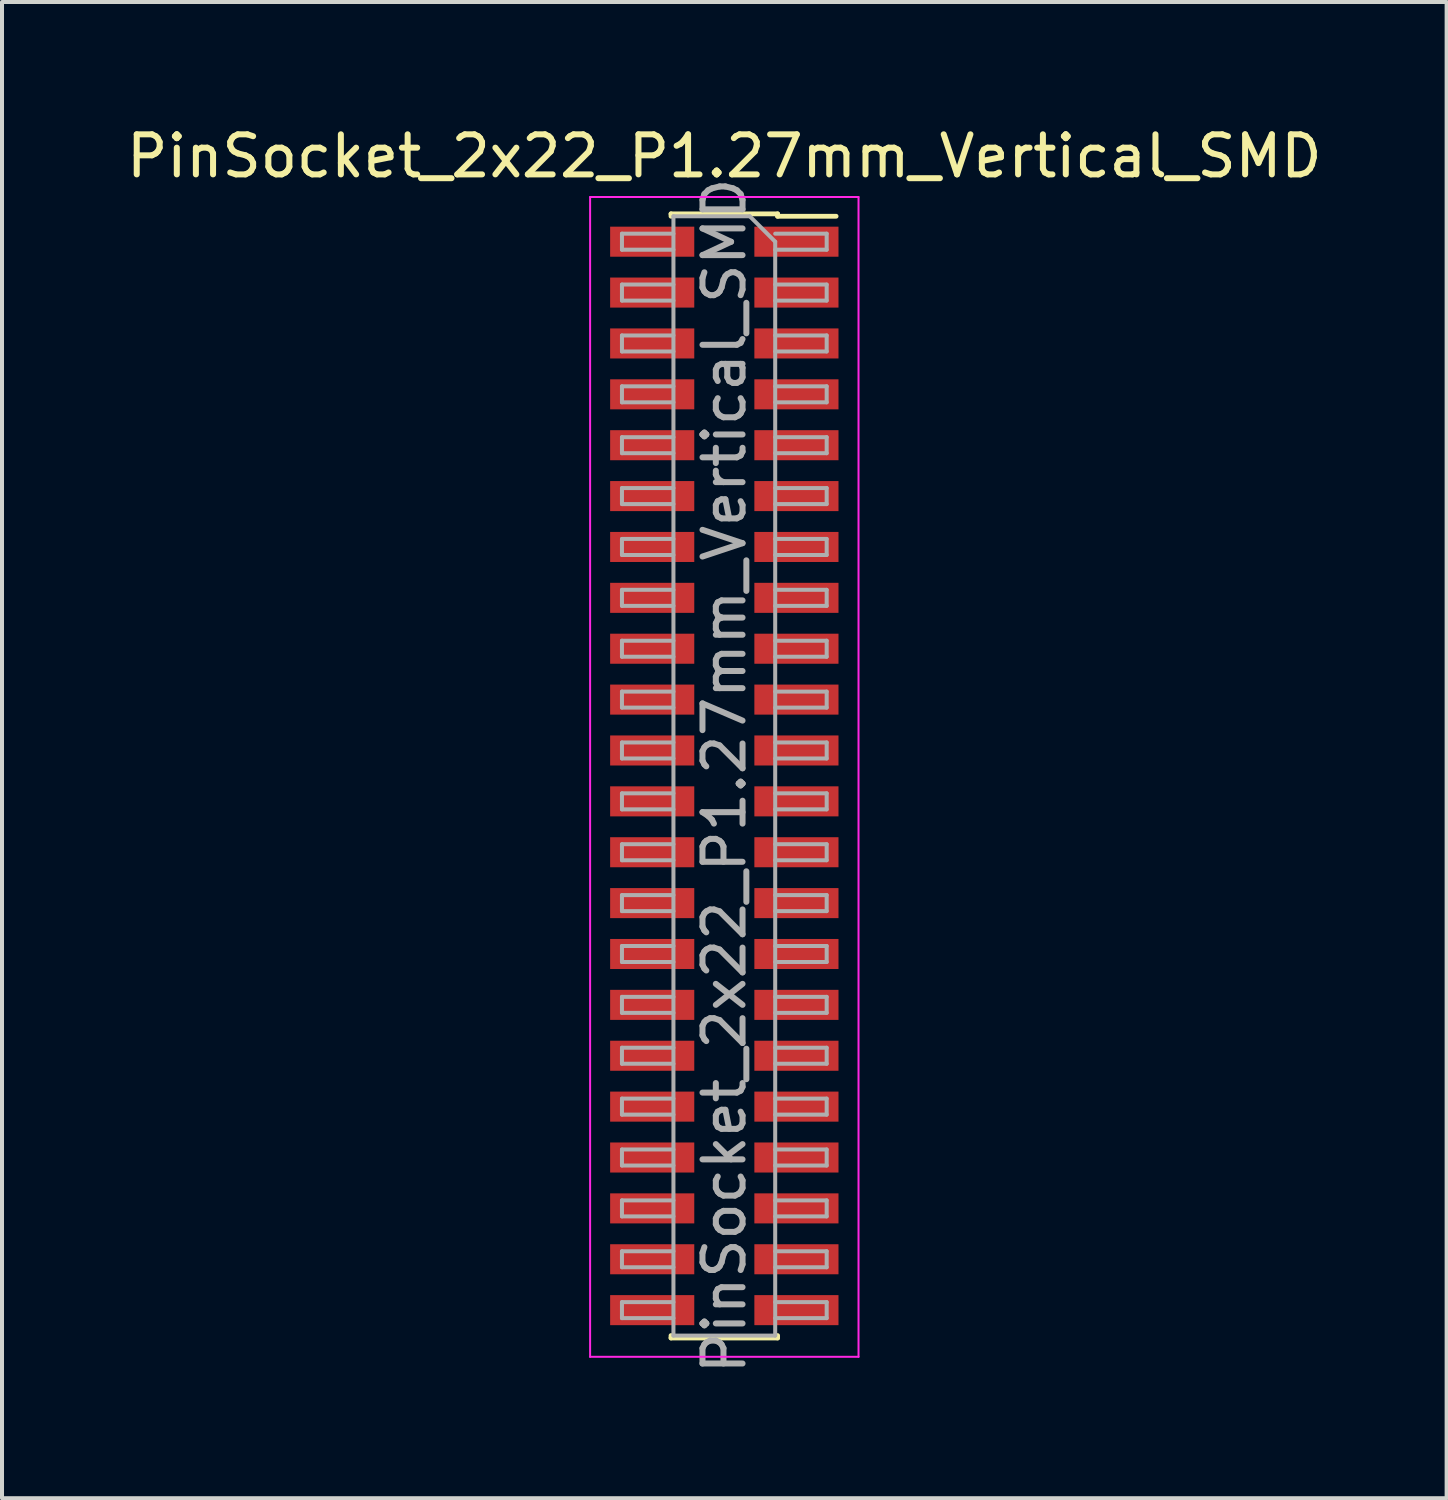
<source format=kicad_pcb>
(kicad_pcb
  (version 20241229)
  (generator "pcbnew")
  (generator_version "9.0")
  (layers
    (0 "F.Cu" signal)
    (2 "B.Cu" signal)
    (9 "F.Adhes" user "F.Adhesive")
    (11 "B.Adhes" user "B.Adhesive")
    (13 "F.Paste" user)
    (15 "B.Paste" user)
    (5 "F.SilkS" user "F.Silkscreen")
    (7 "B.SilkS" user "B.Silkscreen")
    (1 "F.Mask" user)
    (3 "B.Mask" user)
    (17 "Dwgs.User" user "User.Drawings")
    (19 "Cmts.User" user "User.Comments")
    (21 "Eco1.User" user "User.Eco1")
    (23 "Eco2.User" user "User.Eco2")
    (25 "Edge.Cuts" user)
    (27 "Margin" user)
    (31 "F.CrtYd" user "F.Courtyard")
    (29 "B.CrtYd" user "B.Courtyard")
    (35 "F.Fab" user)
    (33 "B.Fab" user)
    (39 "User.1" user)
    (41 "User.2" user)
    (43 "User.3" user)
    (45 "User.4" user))
  (footprint "PinSocket_2x22_P1.27mm_Vertical_SMD"
    (layer "F.Cu")
    (at 15.03 16.318)
    (property "Reference" "PinSocket_2x22_P1.27mm_Vertical_SMD" (at 0 -15.47 0) (layer "F.SilkS") (effects (font (size 1 1) (thickness 0.15))))
    (attr smd)
    (fp_line (start -1.33 -14.03) (end -1.33 -13.97) (stroke (width 0.12) (type solid)) (layer "F.SilkS"))
    (fp_line (start -1.33 -14.03) (end 1.33 -14.03) (stroke (width 0.12) (type solid)) (layer "F.SilkS"))
    (fp_line (start -1.33 13.97) (end -1.33 14.03) (stroke (width 0.12) (type solid)) (layer "F.SilkS"))
    (fp_line (start -1.33 14.03) (end 1.33 14.03) (stroke (width 0.12) (type solid)) (layer "F.SilkS"))
    (fp_line (start 1.33 -14.03) (end 1.33 -13.97) (stroke (width 0.12) (type solid)) (layer "F.SilkS"))
    (fp_line (start 1.33 -13.97) (end 2.79 -13.97) (stroke (width 0.12) (type solid)) (layer "F.SilkS"))
    (fp_line (start 1.33 13.97) (end 1.33 14.03) (stroke (width 0.12) (type solid)) (layer "F.SilkS"))
    (fp_line (start -3.35 -14.45) (end 3.35 -14.45) (stroke (width 0.05) (type solid)) (layer "F.CrtYd"))
    (fp_line (start -3.35 14.5) (end -3.35 -14.45) (stroke (width 0.05) (type solid)) (layer "F.CrtYd"))
    (fp_line (start 3.35 -14.45) (end 3.35 14.5) (stroke (width 0.05) (type solid)) (layer "F.CrtYd"))
    (fp_line (start 3.35 14.5) (end -3.35 14.5) (stroke (width 0.05) (type solid)) (layer "F.CrtYd"))
    (fp_line (start -2.555 -13.535) (end -1.27 -13.535) (stroke (width 0.1) (type solid)) (layer "F.Fab"))
    (fp_line (start -2.555 -13.135) (end -2.555 -13.535) (stroke (width 0.1) (type solid)) (layer "F.Fab"))
    (fp_line (start -2.555 -12.265) (end -1.27 -12.265) (stroke (width 0.1) (type solid)) (layer "F.Fab"))
    (fp_line (start -2.555 -11.865) (end -2.555 -12.265) (stroke (width 0.1) (type solid)) (layer "F.Fab"))
    (fp_line (start -2.555 -10.995) (end -1.27 -10.995) (stroke (width 0.1) (type solid)) (layer "F.Fab"))
    (fp_line (start -2.555 -10.595) (end -2.555 -10.995) (stroke (width 0.1) (type solid)) (layer "F.Fab"))
    (fp_line (start -2.555 -9.725) (end -1.27 -9.725) (stroke (width 0.1) (type solid)) (layer "F.Fab"))
    (fp_line (start -2.555 -9.325) (end -2.555 -9.725) (stroke (width 0.1) (type solid)) (layer "F.Fab"))
    (fp_line (start -2.555 -8.455) (end -1.27 -8.455) (stroke (width 0.1) (type solid)) (layer "F.Fab"))
    (fp_line (start -2.555 -8.055) (end -2.555 -8.455) (stroke (width 0.1) (type solid)) (layer "F.Fab"))
    (fp_line (start -2.555 -7.185) (end -1.27 -7.185) (stroke (width 0.1) (type solid)) (layer "F.Fab"))
    (fp_line (start -2.555 -6.785) (end -2.555 -7.185) (stroke (width 0.1) (type solid)) (layer "F.Fab"))
    (fp_line (start -2.555 -5.915) (end -1.27 -5.915) (stroke (width 0.1) (type solid)) (layer "F.Fab"))
    (fp_line (start -2.555 -5.515) (end -2.555 -5.915) (stroke (width 0.1) (type solid)) (layer "F.Fab"))
    (fp_line (start -2.555 -4.645) (end -1.27 -4.645) (stroke (width 0.1) (type solid)) (layer "F.Fab"))
    (fp_line (start -2.555 -4.245) (end -2.555 -4.645) (stroke (width 0.1) (type solid)) (layer "F.Fab"))
    (fp_line (start -2.555 -3.375) (end -1.27 -3.375) (stroke (width 0.1) (type solid)) (layer "F.Fab"))
    (fp_line (start -2.555 -2.975) (end -2.555 -3.375) (stroke (width 0.1) (type solid)) (layer "F.Fab"))
    (fp_line (start -2.555 -2.105) (end -1.27 -2.105) (stroke (width 0.1) (type solid)) (layer "F.Fab"))
    (fp_line (start -2.555 -1.705) (end -2.555 -2.105) (stroke (width 0.1) (type solid)) (layer "F.Fab"))
    (fp_line (start -2.555 -0.835) (end -1.27 -0.835) (stroke (width 0.1) (type solid)) (layer "F.Fab"))
    (fp_line (start -2.555 -0.435) (end -2.555 -0.835) (stroke (width 0.1) (type solid)) (layer "F.Fab"))
    (fp_line (start -2.555 0.435) (end -1.27 0.435) (stroke (width 0.1) (type solid)) (layer "F.Fab"))
    (fp_line (start -2.555 0.835) (end -2.555 0.435) (stroke (width 0.1) (type solid)) (layer "F.Fab"))
    (fp_line (start -2.555 1.705) (end -1.27 1.705) (stroke (width 0.1) (type solid)) (layer "F.Fab"))
    (fp_line (start -2.555 2.105) (end -2.555 1.705) (stroke (width 0.1) (type solid)) (layer "F.Fab"))
    (fp_line (start -2.555 2.975) (end -1.27 2.975) (stroke (width 0.1) (type solid)) (layer "F.Fab"))
    (fp_line (start -2.555 3.375) (end -2.555 2.975) (stroke (width 0.1) (type solid)) (layer "F.Fab"))
    (fp_line (start -2.555 4.245) (end -1.27 4.245) (stroke (width 0.1) (type solid)) (layer "F.Fab"))
    (fp_line (start -2.555 4.645) (end -2.555 4.245) (stroke (width 0.1) (type solid)) (layer "F.Fab"))
    (fp_line (start -2.555 5.515) (end -1.27 5.515) (stroke (width 0.1) (type solid)) (layer "F.Fab"))
    (fp_line (start -2.555 5.915) (end -2.555 5.515) (stroke (width 0.1) (type solid)) (layer "F.Fab"))
    (fp_line (start -2.555 6.785) (end -1.27 6.785) (stroke (width 0.1) (type solid)) (layer "F.Fab"))
    (fp_line (start -2.555 7.185) (end -2.555 6.785) (stroke (width 0.1) (type solid)) (layer "F.Fab"))
    (fp_line (start -2.555 8.055) (end -1.27 8.055) (stroke (width 0.1) (type solid)) (layer "F.Fab"))
    (fp_line (start -2.555 8.455) (end -2.555 8.055) (stroke (width 0.1) (type solid)) (layer "F.Fab"))
    (fp_line (start -2.555 9.325) (end -1.27 9.325) (stroke (width 0.1) (type solid)) (layer "F.Fab"))
    (fp_line (start -2.555 9.725) (end -2.555 9.325) (stroke (width 0.1) (type solid)) (layer "F.Fab"))
    (fp_line (start -2.555 10.595) (end -1.27 10.595) (stroke (width 0.1) (type solid)) (layer "F.Fab"))
    (fp_line (start -2.555 10.995) (end -2.555 10.595) (stroke (width 0.1) (type solid)) (layer "F.Fab"))
    (fp_line (start -2.555 11.865) (end -1.27 11.865) (stroke (width 0.1) (type solid)) (layer "F.Fab"))
    (fp_line (start -2.555 12.265) (end -2.555 11.865) (stroke (width 0.1) (type solid)) (layer "F.Fab"))
    (fp_line (start -2.555 13.135) (end -1.27 13.135) (stroke (width 0.1) (type solid)) (layer "F.Fab"))
    (fp_line (start -2.555 13.535) (end -2.555 13.135) (stroke (width 0.1) (type solid)) (layer "F.Fab"))
    (fp_line (start -1.27 -13.97) (end 0.635 -13.97) (stroke (width 0.1) (type solid)) (layer "F.Fab"))
    (fp_line (start -1.27 -13.135) (end -2.555 -13.135) (stroke (width 0.1) (type solid)) (layer "F.Fab"))
    (fp_line (start -1.27 -11.865) (end -2.555 -11.865) (stroke (width 0.1) (type solid)) (layer "F.Fab"))
    (fp_line (start -1.27 -10.595) (end -2.555 -10.595) (stroke (width 0.1) (type solid)) (layer "F.Fab"))
    (fp_line (start -1.27 -9.325) (end -2.555 -9.325) (stroke (width 0.1) (type solid)) (layer "F.Fab"))
    (fp_line (start -1.27 -8.055) (end -2.555 -8.055) (stroke (width 0.1) (type solid)) (layer "F.Fab"))
    (fp_line (start -1.27 -6.785) (end -2.555 -6.785) (stroke (width 0.1) (type solid)) (layer "F.Fab"))
    (fp_line (start -1.27 -5.515) (end -2.555 -5.515) (stroke (width 0.1) (type solid)) (layer "F.Fab"))
    (fp_line (start -1.27 -4.245) (end -2.555 -4.245) (stroke (width 0.1) (type solid)) (layer "F.Fab"))
    (fp_line (start -1.27 -2.975) (end -2.555 -2.975) (stroke (width 0.1) (type solid)) (layer "F.Fab"))
    (fp_line (start -1.27 -1.705) (end -2.555 -1.705) (stroke (width 0.1) (type solid)) (layer "F.Fab"))
    (fp_line (start -1.27 -0.435) (end -2.555 -0.435) (stroke (width 0.1) (type solid)) (layer "F.Fab"))
    (fp_line (start -1.27 0.835) (end -2.555 0.835) (stroke (width 0.1) (type solid)) (layer "F.Fab"))
    (fp_line (start -1.27 2.105) (end -2.555 2.105) (stroke (width 0.1) (type solid)) (layer "F.Fab"))
    (fp_line (start -1.27 3.375) (end -2.555 3.375) (stroke (width 0.1) (type solid)) (layer "F.Fab"))
    (fp_line (start -1.27 4.645) (end -2.555 4.645) (stroke (width 0.1) (type solid)) (layer "F.Fab"))
    (fp_line (start -1.27 5.915) (end -2.555 5.915) (stroke (width 0.1) (type solid)) (layer "F.Fab"))
    (fp_line (start -1.27 7.185) (end -2.555 7.185) (stroke (width 0.1) (type solid)) (layer "F.Fab"))
    (fp_line (start -1.27 8.455) (end -2.555 8.455) (stroke (width 0.1) (type solid)) (layer "F.Fab"))
    (fp_line (start -1.27 9.725) (end -2.555 9.725) (stroke (width 0.1) (type solid)) (layer "F.Fab"))
    (fp_line (start -1.27 10.995) (end -2.555 10.995) (stroke (width 0.1) (type solid)) (layer "F.Fab"))
    (fp_line (start -1.27 12.265) (end -2.555 12.265) (stroke (width 0.1) (type solid)) (layer "F.Fab"))
    (fp_line (start -1.27 13.535) (end -2.555 13.535) (stroke (width 0.1) (type solid)) (layer "F.Fab"))
    (fp_line (start -1.27 13.97) (end -1.27 -13.97) (stroke (width 0.1) (type solid)) (layer "F.Fab"))
    (fp_line (start 0.635 -13.97) (end 1.27 -13.335) (stroke (width 0.1) (type solid)) (layer "F.Fab"))
    (fp_line (start 1.27 -13.535) (end 2.555 -13.535) (stroke (width 0.1) (type solid)) (layer "F.Fab"))
    (fp_line (start 1.27 -13.335) (end 1.27 13.97) (stroke (width 0.1) (type solid)) (layer "F.Fab"))
    (fp_line (start 1.27 -12.265) (end 2.555 -12.265) (stroke (width 0.1) (type solid)) (layer "F.Fab"))
    (fp_line (start 1.27 -10.995) (end 2.555 -10.995) (stroke (width 0.1) (type solid)) (layer "F.Fab"))
    (fp_line (start 1.27 -9.725) (end 2.555 -9.725) (stroke (width 0.1) (type solid)) (layer "F.Fab"))
    (fp_line (start 1.27 -8.455) (end 2.555 -8.455) (stroke (width 0.1) (type solid)) (layer "F.Fab"))
    (fp_line (start 1.27 -7.185) (end 2.555 -7.185) (stroke (width 0.1) (type solid)) (layer "F.Fab"))
    (fp_line (start 1.27 -5.915) (end 2.555 -5.915) (stroke (width 0.1) (type solid)) (layer "F.Fab"))
    (fp_line (start 1.27 -4.645) (end 2.555 -4.645) (stroke (width 0.1) (type solid)) (layer "F.Fab"))
    (fp_line (start 1.27 -3.375) (end 2.555 -3.375) (stroke (width 0.1) (type solid)) (layer "F.Fab"))
    (fp_line (start 1.27 -2.105) (end 2.555 -2.105) (stroke (width 0.1) (type solid)) (layer "F.Fab"))
    (fp_line (start 1.27 -0.835) (end 2.555 -0.835) (stroke (width 0.1) (type solid)) (layer "F.Fab"))
    (fp_line (start 1.27 0.435) (end 2.555 0.435) (stroke (width 0.1) (type solid)) (layer "F.Fab"))
    (fp_line (start 1.27 1.705) (end 2.555 1.705) (stroke (width 0.1) (type solid)) (layer "F.Fab"))
    (fp_line (start 1.27 2.975) (end 2.555 2.975) (stroke (width 0.1) (type solid)) (layer "F.Fab"))
    (fp_line (start 1.27 4.245) (end 2.555 4.245) (stroke (width 0.1) (type solid)) (layer "F.Fab"))
    (fp_line (start 1.27 5.515) (end 2.555 5.515) (stroke (width 0.1) (type solid)) (layer "F.Fab"))
    (fp_line (start 1.27 6.785) (end 2.555 6.785) (stroke (width 0.1) (type solid)) (layer "F.Fab"))
    (fp_line (start 1.27 8.055) (end 2.555 8.055) (stroke (width 0.1) (type solid)) (layer "F.Fab"))
    (fp_line (start 1.27 9.325) (end 2.555 9.325) (stroke (width 0.1) (type solid)) (layer "F.Fab"))
    (fp_line (start 1.27 10.595) (end 2.555 10.595) (stroke (width 0.1) (type solid)) (layer "F.Fab"))
    (fp_line (start 1.27 11.865) (end 2.555 11.865) (stroke (width 0.1) (type solid)) (layer "F.Fab"))
    (fp_line (start 1.27 13.135) (end 2.555 13.135) (stroke (width 0.1) (type solid)) (layer "F.Fab"))
    (fp_line (start 1.27 13.97) (end -1.27 13.97) (stroke (width 0.1) (type solid)) (layer "F.Fab"))
    (fp_line (start 2.555 -13.535) (end 2.555 -13.135) (stroke (width 0.1) (type solid)) (layer "F.Fab"))
    (fp_line (start 2.555 -13.135) (end 1.27 -13.135) (stroke (width 0.1) (type solid)) (layer "F.Fab"))
    (fp_line (start 2.555 -12.265) (end 2.555 -11.865) (stroke (width 0.1) (type solid)) (layer "F.Fab"))
    (fp_line (start 2.555 -11.865) (end 1.27 -11.865) (stroke (width 0.1) (type solid)) (layer "F.Fab"))
    (fp_line (start 2.555 -10.995) (end 2.555 -10.595) (stroke (width 0.1) (type solid)) (layer "F.Fab"))
    (fp_line (start 2.555 -10.595) (end 1.27 -10.595) (stroke (width 0.1) (type solid)) (layer "F.Fab"))
    (fp_line (start 2.555 -9.725) (end 2.555 -9.325) (stroke (width 0.1) (type solid)) (layer "F.Fab"))
    (fp_line (start 2.555 -9.325) (end 1.27 -9.325) (stroke (width 0.1) (type solid)) (layer "F.Fab"))
    (fp_line (start 2.555 -8.455) (end 2.555 -8.055) (stroke (width 0.1) (type solid)) (layer "F.Fab"))
    (fp_line (start 2.555 -8.055) (end 1.27 -8.055) (stroke (width 0.1) (type solid)) (layer "F.Fab"))
    (fp_line (start 2.555 -7.185) (end 2.555 -6.785) (stroke (width 0.1) (type solid)) (layer "F.Fab"))
    (fp_line (start 2.555 -6.785) (end 1.27 -6.785) (stroke (width 0.1) (type solid)) (layer "F.Fab"))
    (fp_line (start 2.555 -5.915) (end 2.555 -5.515) (stroke (width 0.1) (type solid)) (layer "F.Fab"))
    (fp_line (start 2.555 -5.515) (end 1.27 -5.515) (stroke (width 0.1) (type solid)) (layer "F.Fab"))
    (fp_line (start 2.555 -4.645) (end 2.555 -4.245) (stroke (width 0.1) (type solid)) (layer "F.Fab"))
    (fp_line (start 2.555 -4.245) (end 1.27 -4.245) (stroke (width 0.1) (type solid)) (layer "F.Fab"))
    (fp_line (start 2.555 -3.375) (end 2.555 -2.975) (stroke (width 0.1) (type solid)) (layer "F.Fab"))
    (fp_line (start 2.555 -2.975) (end 1.27 -2.975) (stroke (width 0.1) (type solid)) (layer "F.Fab"))
    (fp_line (start 2.555 -2.105) (end 2.555 -1.705) (stroke (width 0.1) (type solid)) (layer "F.Fab"))
    (fp_line (start 2.555 -1.705) (end 1.27 -1.705) (stroke (width 0.1) (type solid)) (layer "F.Fab"))
    (fp_line (start 2.555 -0.835) (end 2.555 -0.435) (stroke (width 0.1) (type solid)) (layer "F.Fab"))
    (fp_line (start 2.555 -0.435) (end 1.27 -0.435) (stroke (width 0.1) (type solid)) (layer "F.Fab"))
    (fp_line (start 2.555 0.435) (end 2.555 0.835) (stroke (width 0.1) (type solid)) (layer "F.Fab"))
    (fp_line (start 2.555 0.835) (end 1.27 0.835) (stroke (width 0.1) (type solid)) (layer "F.Fab"))
    (fp_line (start 2.555 1.705) (end 2.555 2.105) (stroke (width 0.1) (type solid)) (layer "F.Fab"))
    (fp_line (start 2.555 2.105) (end 1.27 2.105) (stroke (width 0.1) (type solid)) (layer "F.Fab"))
    (fp_line (start 2.555 2.975) (end 2.555 3.375) (stroke (width 0.1) (type solid)) (layer "F.Fab"))
    (fp_line (start 2.555 3.375) (end 1.27 3.375) (stroke (width 0.1) (type solid)) (layer "F.Fab"))
    (fp_line (start 2.555 4.245) (end 2.555 4.645) (stroke (width 0.1) (type solid)) (layer "F.Fab"))
    (fp_line (start 2.555 4.645) (end 1.27 4.645) (stroke (width 0.1) (type solid)) (layer "F.Fab"))
    (fp_line (start 2.555 5.515) (end 2.555 5.915) (stroke (width 0.1) (type solid)) (layer "F.Fab"))
    (fp_line (start 2.555 5.915) (end 1.27 5.915) (stroke (width 0.1) (type solid)) (layer "F.Fab"))
    (fp_line (start 2.555 6.785) (end 2.555 7.185) (stroke (width 0.1) (type solid)) (layer "F.Fab"))
    (fp_line (start 2.555 7.185) (end 1.27 7.185) (stroke (width 0.1) (type solid)) (layer "F.Fab"))
    (fp_line (start 2.555 8.055) (end 2.555 8.455) (stroke (width 0.1) (type solid)) (layer "F.Fab"))
    (fp_line (start 2.555 8.455) (end 1.27 8.455) (stroke (width 0.1) (type solid)) (layer "F.Fab"))
    (fp_line (start 2.555 9.325) (end 2.555 9.725) (stroke (width 0.1) (type solid)) (layer "F.Fab"))
    (fp_line (start 2.555 9.725) (end 1.27 9.725) (stroke (width 0.1) (type solid)) (layer "F.Fab"))
    (fp_line (start 2.555 10.595) (end 2.555 10.995) (stroke (width 0.1) (type solid)) (layer "F.Fab"))
    (fp_line (start 2.555 10.995) (end 1.27 10.995) (stroke (width 0.1) (type solid)) (layer "F.Fab"))
    (fp_line (start 2.555 11.865) (end 2.555 12.265) (stroke (width 0.1) (type solid)) (layer "F.Fab"))
    (fp_line (start 2.555 12.265) (end 1.27 12.265) (stroke (width 0.1) (type solid)) (layer "F.Fab"))
    (fp_line (start 2.555 13.135) (end 2.555 13.535) (stroke (width 0.1) (type solid)) (layer "F.Fab"))
    (fp_line (start 2.555 13.535) (end 1.27 13.535) (stroke (width 0.1) (type solid)) (layer "F.Fab"))
    (fp_text user "${REFERENCE}" (at 0 0 90) (layer "F.Fab") (effects (font (size 1 1) (thickness 0.15))))
    (pad "1" smd rect (at 1.8 -13.335) (size 2.1 0.75) (layers "F.Cu" "F.Mask" "F.Paste"))
    (pad "2" smd rect (at -1.8 -13.335) (size 2.1 0.75) (layers "F.Cu" "F.Mask" "F.Paste"))
    (pad "3" smd rect (at 1.8 -12.065) (size 2.1 0.75) (layers "F.Cu" "F.Mask" "F.Paste"))
    (pad "4" smd rect (at -1.8 -12.065) (size 2.1 0.75) (layers "F.Cu" "F.Mask" "F.Paste"))
    (pad "5" smd rect (at 1.8 -10.795) (size 2.1 0.75) (layers "F.Cu" "F.Mask" "F.Paste"))
    (pad "6" smd rect (at -1.8 -10.795) (size 2.1 0.75) (layers "F.Cu" "F.Mask" "F.Paste"))
    (pad "7" smd rect (at 1.8 -9.525) (size 2.1 0.75) (layers "F.Cu" "F.Mask" "F.Paste"))
    (pad "8" smd rect (at -1.8 -9.525) (size 2.1 0.75) (layers "F.Cu" "F.Mask" "F.Paste"))
    (pad "9" smd rect (at 1.8 -8.255) (size 2.1 0.75) (layers "F.Cu" "F.Mask" "F.Paste"))
    (pad "10" smd rect (at -1.8 -8.255) (size 2.1 0.75) (layers "F.Cu" "F.Mask" "F.Paste"))
    (pad "11" smd rect (at 1.8 -6.985) (size 2.1 0.75) (layers "F.Cu" "F.Mask" "F.Paste"))
    (pad "12" smd rect (at -1.8 -6.985) (size 2.1 0.75) (layers "F.Cu" "F.Mask" "F.Paste"))
    (pad "13" smd rect (at 1.8 -5.715) (size 2.1 0.75) (layers "F.Cu" "F.Mask" "F.Paste"))
    (pad "14" smd rect (at -1.8 -5.715) (size 2.1 0.75) (layers "F.Cu" "F.Mask" "F.Paste"))
    (pad "15" smd rect (at 1.8 -4.445) (size 2.1 0.75) (layers "F.Cu" "F.Mask" "F.Paste"))
    (pad "16" smd rect (at -1.8 -4.445) (size 2.1 0.75) (layers "F.Cu" "F.Mask" "F.Paste"))
    (pad "17" smd rect (at 1.8 -3.175) (size 2.1 0.75) (layers "F.Cu" "F.Mask" "F.Paste"))
    (pad "18" smd rect (at -1.8 -3.175) (size 2.1 0.75) (layers "F.Cu" "F.Mask" "F.Paste"))
    (pad "19" smd rect (at 1.8 -1.905) (size 2.1 0.75) (layers "F.Cu" "F.Mask" "F.Paste"))
    (pad "20" smd rect (at -1.8 -1.905) (size 2.1 0.75) (layers "F.Cu" "F.Mask" "F.Paste"))
    (pad "21" smd rect (at 1.8 -0.635) (size 2.1 0.75) (layers "F.Cu" "F.Mask" "F.Paste"))
    (pad "22" smd rect (at -1.8 -0.635) (size 2.1 0.75) (layers "F.Cu" "F.Mask" "F.Paste"))
    (pad "23" smd rect (at 1.8 0.635) (size 2.1 0.75) (layers "F.Cu" "F.Mask" "F.Paste"))
    (pad "24" smd rect (at -1.8 0.635) (size 2.1 0.75) (layers "F.Cu" "F.Mask" "F.Paste"))
    (pad "25" smd rect (at 1.8 1.905) (size 2.1 0.75) (layers "F.Cu" "F.Mask" "F.Paste"))
    (pad "26" smd rect (at -1.8 1.905) (size 2.1 0.75) (layers "F.Cu" "F.Mask" "F.Paste"))
    (pad "27" smd rect (at 1.8 3.175) (size 2.1 0.75) (layers "F.Cu" "F.Mask" "F.Paste"))
    (pad "28" smd rect (at -1.8 3.175) (size 2.1 0.75) (layers "F.Cu" "F.Mask" "F.Paste"))
    (pad "29" smd rect (at 1.8 4.445) (size 2.1 0.75) (layers "F.Cu" "F.Mask" "F.Paste"))
    (pad "30" smd rect (at -1.8 4.445) (size 2.1 0.75) (layers "F.Cu" "F.Mask" "F.Paste"))
    (pad "31" smd rect (at 1.8 5.715) (size 2.1 0.75) (layers "F.Cu" "F.Mask" "F.Paste"))
    (pad "32" smd rect (at -1.8 5.715) (size 2.1 0.75) (layers "F.Cu" "F.Mask" "F.Paste"))
    (pad "33" smd rect (at 1.8 6.985) (size 2.1 0.75) (layers "F.Cu" "F.Mask" "F.Paste"))
    (pad "34" smd rect (at -1.8 6.985) (size 2.1 0.75) (layers "F.Cu" "F.Mask" "F.Paste"))
    (pad "35" smd rect (at 1.8 8.255) (size 2.1 0.75) (layers "F.Cu" "F.Mask" "F.Paste"))
    (pad "36" smd rect (at -1.8 8.255) (size 2.1 0.75) (layers "F.Cu" "F.Mask" "F.Paste"))
    (pad "37" smd rect (at 1.8 9.525) (size 2.1 0.75) (layers "F.Cu" "F.Mask" "F.Paste"))
    (pad "38" smd rect (at -1.8 9.525) (size 2.1 0.75) (layers "F.Cu" "F.Mask" "F.Paste"))
    (pad "39" smd rect (at 1.8 10.795) (size 2.1 0.75) (layers "F.Cu" "F.Mask" "F.Paste"))
    (pad "40" smd rect (at -1.8 10.795) (size 2.1 0.75) (layers "F.Cu" "F.Mask" "F.Paste"))
    (pad "41" smd rect (at 1.8 12.065) (size 2.1 0.75) (layers "F.Cu" "F.Mask" "F.Paste"))
    (pad "42" smd rect (at -1.8 12.065) (size 2.1 0.75) (layers "F.Cu" "F.Mask" "F.Paste"))
    (pad "43" smd rect (at 1.8 13.335) (size 2.1 0.75) (layers "F.Cu" "F.Mask" "F.Paste"))
    (pad "44" smd rect (at -1.8 13.335) (size 2.1 0.75) (layers "F.Cu" "F.Mask" "F.Paste")))
  (gr_rect
    (start -3 -3)
    (end 33.06 34.348)
    (stroke (width 0.1) (type default))
    (fill no)
    (layer "Edge.Cuts")))
</source>
